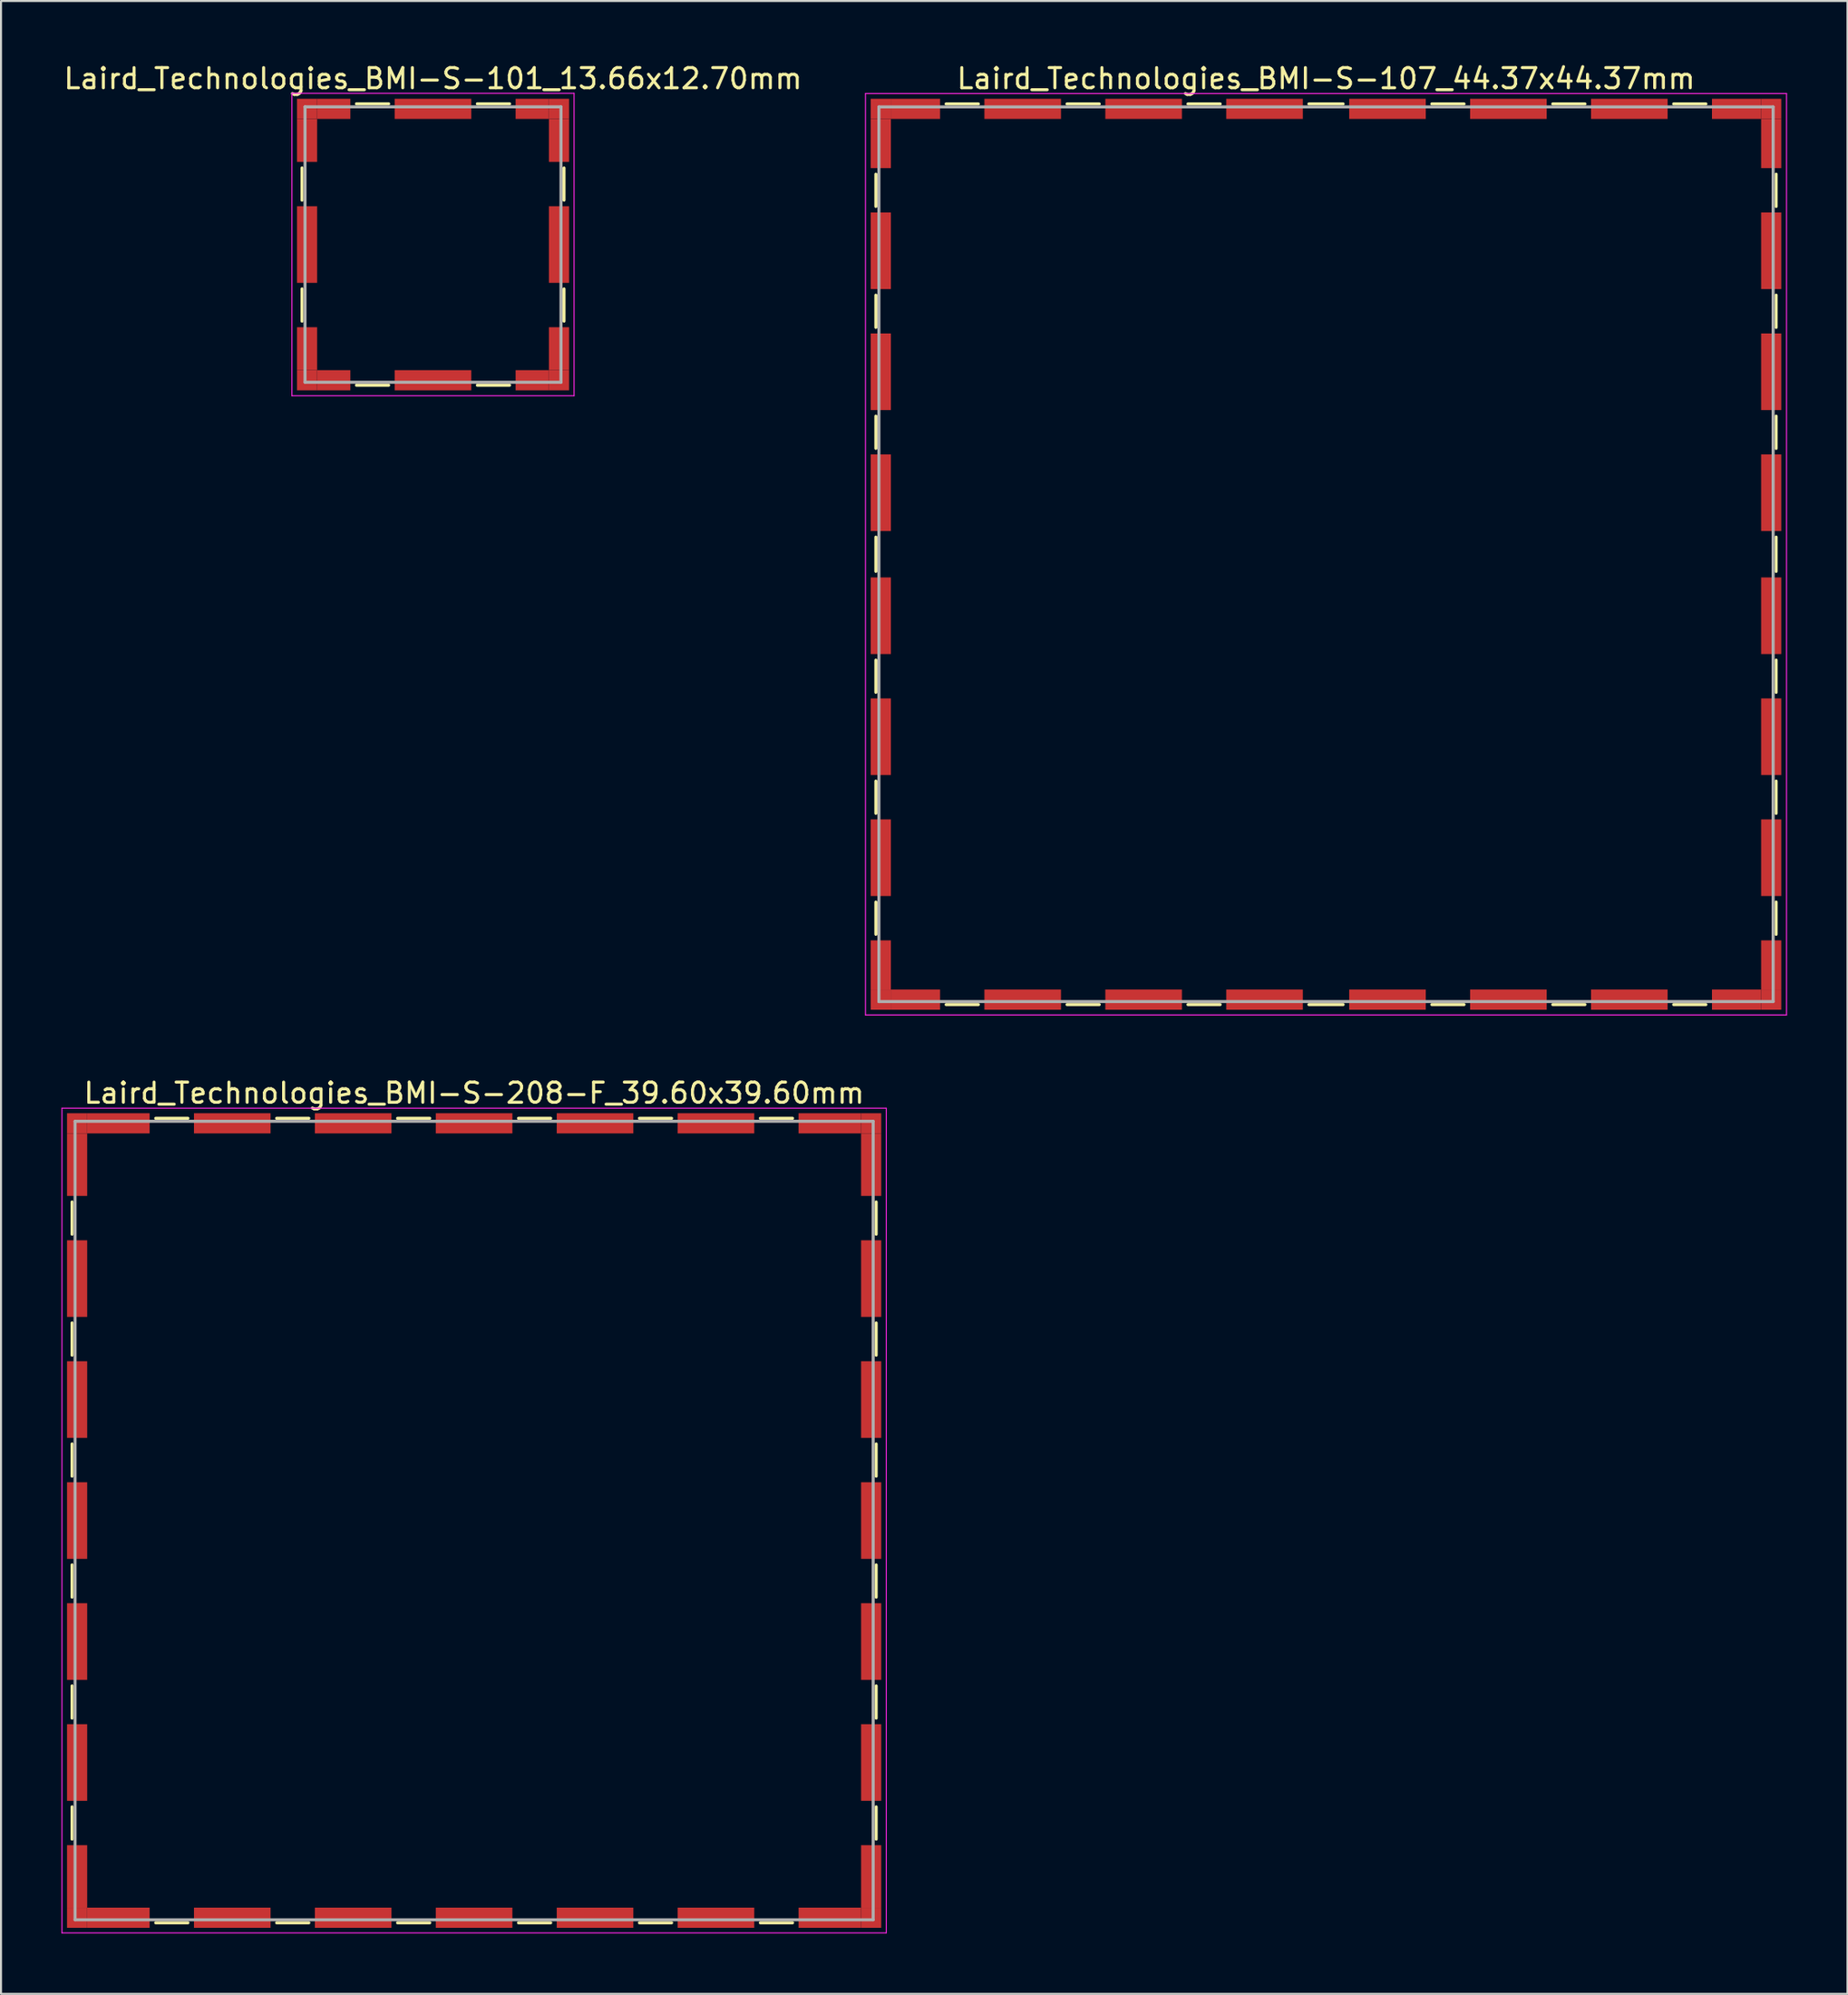
<source format=kicad_pcb>
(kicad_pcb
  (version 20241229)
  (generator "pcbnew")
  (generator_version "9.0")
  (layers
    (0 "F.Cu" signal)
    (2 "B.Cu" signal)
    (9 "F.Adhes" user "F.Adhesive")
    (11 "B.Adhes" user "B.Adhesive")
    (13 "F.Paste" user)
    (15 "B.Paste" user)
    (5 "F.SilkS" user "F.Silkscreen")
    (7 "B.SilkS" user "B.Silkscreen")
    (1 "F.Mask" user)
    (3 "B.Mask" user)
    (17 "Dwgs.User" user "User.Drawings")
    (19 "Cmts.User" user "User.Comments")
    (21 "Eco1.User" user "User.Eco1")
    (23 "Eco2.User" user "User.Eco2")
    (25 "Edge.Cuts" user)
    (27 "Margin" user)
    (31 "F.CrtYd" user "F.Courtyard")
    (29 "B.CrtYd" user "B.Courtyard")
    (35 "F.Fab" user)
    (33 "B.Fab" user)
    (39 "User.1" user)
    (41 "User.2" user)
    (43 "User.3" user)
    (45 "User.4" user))
  (footprint "Laird_Technologies_BMI-S-208-F_39.60x39.60mm"
    (layer "F.Cu")
    (at 20.475 72.362)
    (property "Reference" "Laird_Technologies_BMI-S-208-F_39.60x39.60mm" (at 0 -21.2 0) (layer "F.SilkS") (effects (font (size 1 1) (thickness 0.15))))
    (attr smd)
    (fp_line (start -19.95 -15.8) (end -19.95 -14.2) (stroke (width 0.15) (type solid)) (layer "F.SilkS"))
    (fp_line (start -19.95 -9.8) (end -19.95 -8.2) (stroke (width 0.15) (type solid)) (layer "F.SilkS"))
    (fp_line (start -19.95 -3.8) (end -19.95 -2.2) (stroke (width 0.15) (type solid)) (layer "F.SilkS"))
    (fp_line (start -19.95 2.2) (end -19.95 3.8) (stroke (width 0.15) (type solid)) (layer "F.SilkS"))
    (fp_line (start -19.95 8.2) (end -19.95 9.8) (stroke (width 0.15) (type solid)) (layer "F.SilkS"))
    (fp_line (start -19.95 14.2) (end -19.95 15.8) (stroke (width 0.15) (type solid)) (layer "F.SilkS"))
    (fp_line (start -15.8 -19.95) (end -14.2 -19.95) (stroke (width 0.15) (type solid)) (layer "F.SilkS"))
    (fp_line (start -15.8 19.95) (end -14.2 19.95) (stroke (width 0.15) (type solid)) (layer "F.SilkS"))
    (fp_line (start -9.8 -19.95) (end -8.2 -19.95) (stroke (width 0.15) (type solid)) (layer "F.SilkS"))
    (fp_line (start -9.8 19.95) (end -8.2 19.95) (stroke (width 0.15) (type solid)) (layer "F.SilkS"))
    (fp_line (start -3.8 -19.95) (end -2.2 -19.95) (stroke (width 0.15) (type solid)) (layer "F.SilkS"))
    (fp_line (start -3.8 19.95) (end -2.2 19.95) (stroke (width 0.15) (type solid)) (layer "F.SilkS"))
    (fp_line (start 2.2 -19.95) (end 3.8 -19.95) (stroke (width 0.15) (type solid)) (layer "F.SilkS"))
    (fp_line (start 2.2 19.95) (end 3.8 19.95) (stroke (width 0.15) (type solid)) (layer "F.SilkS"))
    (fp_line (start 8.2 -19.95) (end 9.8 -19.95) (stroke (width 0.15) (type solid)) (layer "F.SilkS"))
    (fp_line (start 8.2 19.95) (end 9.8 19.95) (stroke (width 0.15) (type solid)) (layer "F.SilkS"))
    (fp_line (start 14.2 -19.95) (end 15.8 -19.95) (stroke (width 0.15) (type solid)) (layer "F.SilkS"))
    (fp_line (start 14.2 19.95) (end 15.8 19.95) (stroke (width 0.15) (type solid)) (layer "F.SilkS"))
    (fp_line (start 19.95 -15.8) (end 19.95 -14.2) (stroke (width 0.15) (type solid)) (layer "F.SilkS"))
    (fp_line (start 19.95 -9.8) (end 19.95 -8.2) (stroke (width 0.15) (type solid)) (layer "F.SilkS"))
    (fp_line (start 19.95 -3.8) (end 19.95 -2.2) (stroke (width 0.15) (type solid)) (layer "F.SilkS"))
    (fp_line (start 19.95 2.2) (end 19.95 3.8) (stroke (width 0.15) (type solid)) (layer "F.SilkS"))
    (fp_line (start 19.95 8.2) (end 19.95 9.8) (stroke (width 0.15) (type solid)) (layer "F.SilkS"))
    (fp_line (start 19.95 14.2) (end 19.95 15.8) (stroke (width 0.15) (type solid)) (layer "F.SilkS"))
    (fp_line (start -20.45 -20.45) (end -20.45 20.45) (stroke (width 0.05) (type solid)) (layer "F.CrtYd"))
    (fp_line (start -20.45 20.45) (end 20.45 20.45) (stroke (width 0.05) (type solid)) (layer "F.CrtYd"))
    (fp_line (start 20.45 -20.45) (end -20.45 -20.45) (stroke (width 0.05) (type solid)) (layer "F.CrtYd"))
    (fp_line (start 20.45 20.45) (end 20.45 -20.45) (stroke (width 0.05) (type solid)) (layer "F.CrtYd"))
    (fp_line (start -19.8 -19.8) (end -19.8 19.8) (stroke (width 0.15) (type solid)) (layer "F.Fab"))
    (fp_line (start -19.8 19.8) (end 19.8 19.8) (stroke (width 0.15) (type solid)) (layer "F.Fab"))
    (fp_line (start 19.8 -19.8) (end -19.8 -19.8) (stroke (width 0.15) (type solid)) (layer "F.Fab"))
    (fp_line (start 19.8 19.8) (end 19.8 -19.8) (stroke (width 0.15) (type solid)) (layer "F.Fab"))
    (pad "1" smd rect (at -19.7 -19.7) (size 1 1) (layers "F.Cu" "F.Mask"))
    (pad "1" smd rect (at -19.7 -17.65) (size 1 3.1) (layers "F.Cu" "F.Mask"))
    (pad "1" smd rect (at -19.7 -12) (size 1 3.8) (layers "F.Cu" "F.Mask"))
    (pad "1" smd rect (at -19.7 -6) (size 1 3.8) (layers "F.Cu" "F.Mask"))
    (pad "1" smd rect (at -19.7 0) (size 1 3.8) (layers "F.Cu" "F.Mask"))
    (pad "1" smd rect (at -19.7 6) (size 1 3.8) (layers "F.Cu" "F.Mask"))
    (pad "1" smd rect (at -19.7 12) (size 1 3.8) (layers "F.Cu" "F.Mask"))
    (pad "1" smd rect (at -19.7 17.65) (size 1 3.1) (layers "F.Cu" "F.Mask"))
    (pad "1" smd rect (at -19.7 19.7) (size 1 1) (layers "F.Cu" "F.Mask"))
    (pad "1" smd rect (at -17.65 -19.7) (size 3.1 1) (layers "F.Cu" "F.Mask"))
    (pad "1" smd rect (at -17.65 19.7) (size 3.1 1) (layers "F.Cu" "F.Mask"))
    (pad "1" smd rect (at -12 -19.7) (size 3.8 1) (layers "F.Cu" "F.Mask"))
    (pad "1" smd rect (at -12 19.7) (size 3.8 1) (layers "F.Cu" "F.Mask"))
    (pad "1" smd rect (at -6 -19.7) (size 3.8 1) (layers "F.Cu" "F.Mask"))
    (pad "1" smd rect (at -6 19.7) (size 3.8 1) (layers "F.Cu" "F.Mask"))
    (pad "1" smd rect (at 0 -19.7) (size 3.8 1) (layers "F.Cu" "F.Mask"))
    (pad "1" smd rect (at 0 19.7) (size 3.8 1) (layers "F.Cu" "F.Mask"))
    (pad "1" smd rect (at 6 -19.7) (size 3.8 1) (layers "F.Cu" "F.Mask"))
    (pad "1" smd rect (at 6 19.7) (size 3.8 1) (layers "F.Cu" "F.Mask"))
    (pad "1" smd rect (at 12 -19.7) (size 3.8 1) (layers "F.Cu" "F.Mask"))
    (pad "1" smd rect (at 12 19.7) (size 3.8 1) (layers "F.Cu" "F.Mask"))
    (pad "1" smd rect (at 17.65 -19.7) (size 3.1 1) (layers "F.Cu" "F.Mask"))
    (pad "1" smd rect (at 17.65 19.7) (size 3.1 1) (layers "F.Cu" "F.Mask"))
    (pad "1" smd rect (at 19.7 -19.7) (size 1 1) (layers "F.Cu" "F.Mask"))
    (pad "1" smd rect (at 19.7 -17.65) (size 1 3.1) (layers "F.Cu" "F.Mask"))
    (pad "1" smd rect (at 19.7 -12) (size 1 3.8) (layers "F.Cu" "F.Mask"))
    (pad "1" smd rect (at 19.7 -6) (size 1 3.8) (layers "F.Cu" "F.Mask"))
    (pad "1" smd rect (at 19.7 0) (size 1 3.8) (layers "F.Cu" "F.Mask"))
    (pad "1" smd rect (at 19.7 6) (size 1 3.8) (layers "F.Cu" "F.Mask"))
    (pad "1" smd rect (at 19.7 12) (size 1 3.8) (layers "F.Cu" "F.Mask"))
    (pad "1" smd rect (at 19.7 17.65) (size 1 3.1) (layers "F.Cu" "F.Mask"))
    (pad "1" smd rect (at 19.7 19.7) (size 1 1) (layers "F.Cu" "F.Mask")))
  (footprint "Laird_Technologies_BMI-S-107_44.37x44.37mm"
    (layer "F.Cu")
    (at 62.744 24.438)
    (property "Reference" "Laird_Technologies_BMI-S-107_44.37x44.37mm" (at 0 -23.59 0) (layer "F.SilkS") (effects (font (size 1 1) (thickness 0.15))))
    (attr smd)
    (fp_line (start -22.335 -18.85) (end -22.335 -17.25) (stroke (width 0.15) (type solid)) (layer "F.SilkS"))
    (fp_line (start -22.335 -12.85) (end -22.335 -11.25) (stroke (width 0.15) (type solid)) (layer "F.SilkS"))
    (fp_line (start -22.335 -6.85) (end -22.335 -5.25) (stroke (width 0.15) (type solid)) (layer "F.SilkS"))
    (fp_line (start -22.335 -0.85) (end -22.335 0.85) (stroke (width 0.15) (type solid)) (layer "F.SilkS"))
    (fp_line (start -22.335 5.25) (end -22.335 6.85) (stroke (width 0.15) (type solid)) (layer "F.SilkS"))
    (fp_line (start -22.335 11.25) (end -22.335 12.85) (stroke (width 0.15) (type solid)) (layer "F.SilkS"))
    (fp_line (start -22.335 17.25) (end -22.335 18.85) (stroke (width 0.15) (type solid)) (layer "F.SilkS"))
    (fp_line (start -18.85 -22.335) (end -17.25 -22.335) (stroke (width 0.15) (type solid)) (layer "F.SilkS"))
    (fp_line (start -18.85 22.335) (end -17.25 22.335) (stroke (width 0.15) (type solid)) (layer "F.SilkS"))
    (fp_line (start -12.85 -22.335) (end -11.25 -22.335) (stroke (width 0.15) (type solid)) (layer "F.SilkS"))
    (fp_line (start -12.85 22.335) (end -11.25 22.335) (stroke (width 0.15) (type solid)) (layer "F.SilkS"))
    (fp_line (start -6.85 -22.335) (end -5.25 -22.335) (stroke (width 0.15) (type solid)) (layer "F.SilkS"))
    (fp_line (start -6.85 22.335) (end -5.25 22.335) (stroke (width 0.15) (type solid)) (layer "F.SilkS"))
    (fp_line (start -0.85 -22.335) (end 0.85 -22.335) (stroke (width 0.15) (type solid)) (layer "F.SilkS"))
    (fp_line (start -0.85 22.335) (end 0.85 22.335) (stroke (width 0.15) (type solid)) (layer "F.SilkS"))
    (fp_line (start 5.25 -22.335) (end 6.85 -22.335) (stroke (width 0.15) (type solid)) (layer "F.SilkS"))
    (fp_line (start 5.25 22.335) (end 6.85 22.335) (stroke (width 0.15) (type solid)) (layer "F.SilkS"))
    (fp_line (start 11.25 -22.335) (end 12.85 -22.335) (stroke (width 0.15) (type solid)) (layer "F.SilkS"))
    (fp_line (start 11.25 22.335) (end 12.85 22.335) (stroke (width 0.15) (type solid)) (layer "F.SilkS"))
    (fp_line (start 17.25 -22.335) (end 18.85 -22.335) (stroke (width 0.15) (type solid)) (layer "F.SilkS"))
    (fp_line (start 17.25 22.335) (end 18.85 22.335) (stroke (width 0.15) (type solid)) (layer "F.SilkS"))
    (fp_line (start 22.335 -18.85) (end 22.335 -17.25) (stroke (width 0.15) (type solid)) (layer "F.SilkS"))
    (fp_line (start 22.335 -12.85) (end 22.335 -11.25) (stroke (width 0.15) (type solid)) (layer "F.SilkS"))
    (fp_line (start 22.335 -6.85) (end 22.335 -5.25) (stroke (width 0.15) (type solid)) (layer "F.SilkS"))
    (fp_line (start 22.335 -0.85) (end 22.335 0.85) (stroke (width 0.15) (type solid)) (layer "F.SilkS"))
    (fp_line (start 22.335 5.25) (end 22.335 6.85) (stroke (width 0.15) (type solid)) (layer "F.SilkS"))
    (fp_line (start 22.335 11.25) (end 22.335 12.85) (stroke (width 0.15) (type solid)) (layer "F.SilkS"))
    (fp_line (start 22.335 17.25) (end 22.335 18.85) (stroke (width 0.15) (type solid)) (layer "F.SilkS"))
    (fp_line (start -22.85 -22.85) (end -22.85 22.85) (stroke (width 0.05) (type solid)) (layer "F.CrtYd"))
    (fp_line (start -22.85 22.85) (end 22.85 22.85) (stroke (width 0.05) (type solid)) (layer "F.CrtYd"))
    (fp_line (start 22.85 -22.85) (end -22.85 -22.85) (stroke (width 0.05) (type solid)) (layer "F.CrtYd"))
    (fp_line (start 22.85 22.85) (end 22.85 -22.85) (stroke (width 0.05) (type solid)) (layer "F.CrtYd"))
    (fp_line (start -22.185 -22.185) (end -22.185 22.185) (stroke (width 0.15) (type solid)) (layer "F.Fab"))
    (fp_line (start -22.185 22.185) (end 22.185 22.185) (stroke (width 0.15) (type solid)) (layer "F.Fab"))
    (fp_line (start 22.185 -22.185) (end -22.185 -22.185) (stroke (width 0.15) (type solid)) (layer "F.Fab"))
    (fp_line (start 22.185 22.185) (end 22.185 -22.185) (stroke (width 0.15) (type solid)) (layer "F.Fab"))
    (pad "1" smd rect (at -22.09 -22.09) (size 1 1) (layers "F.Cu" "F.Mask"))
    (pad "1" smd rect (at -22.09 -20.37) (size 1 2.44) (layers "F.Cu" "F.Mask"))
    (pad "1" smd rect (at -22.09 -15.05) (size 1 3.8) (layers "F.Cu" "F.Mask"))
    (pad "1" smd rect (at -22.09 -9.05) (size 1 3.8) (layers "F.Cu" "F.Mask"))
    (pad "1" smd rect (at -22.09 -3.05) (size 1 3.8) (layers "F.Cu" "F.Mask"))
    (pad "1" smd rect (at -22.09 3.05) (size 1 3.8) (layers "F.Cu" "F.Mask"))
    (pad "1" smd rect (at -22.09 9.05) (size 1 3.8) (layers "F.Cu" "F.Mask"))
    (pad "1" smd rect (at -22.09 15.05) (size 1 3.8) (layers "F.Cu" "F.Mask"))
    (pad "1" smd rect (at -22.09 20.37) (size 1 2.44) (layers "F.Cu" "F.Mask"))
    (pad "1" smd rect (at -22.09 22.09) (size 1 1) (layers "F.Cu" "F.Mask"))
    (pad "1" smd rect (at -20.37 -22.09) (size 2.44 1) (layers "F.Cu" "F.Mask"))
    (pad "1" smd rect (at -20.37 22.09) (size 2.44 1) (layers "F.Cu" "F.Mask"))
    (pad "1" smd rect (at -15.05 -22.09) (size 3.8 1) (layers "F.Cu" "F.Mask"))
    (pad "1" smd rect (at -15.05 22.09) (size 3.8 1) (layers "F.Cu" "F.Mask"))
    (pad "1" smd rect (at -9.05 -22.09) (size 3.8 1) (layers "F.Cu" "F.Mask"))
    (pad "1" smd rect (at -9.05 22.09) (size 3.8 1) (layers "F.Cu" "F.Mask"))
    (pad "1" smd rect (at -3.05 -22.09) (size 3.8 1) (layers "F.Cu" "F.Mask"))
    (pad "1" smd rect (at -3.05 22.09) (size 3.8 1) (layers "F.Cu" "F.Mask"))
    (pad "1" smd rect (at 3.05 -22.09) (size 3.8 1) (layers "F.Cu" "F.Mask"))
    (pad "1" smd rect (at 3.05 22.09) (size 3.8 1) (layers "F.Cu" "F.Mask"))
    (pad "1" smd rect (at 9.05 -22.09) (size 3.8 1) (layers "F.Cu" "F.Mask"))
    (pad "1" smd rect (at 9.05 22.09) (size 3.8 1) (layers "F.Cu" "F.Mask"))
    (pad "1" smd rect (at 15.05 -22.09) (size 3.8 1) (layers "F.Cu" "F.Mask"))
    (pad "1" smd rect (at 15.05 22.09) (size 3.8 1) (layers "F.Cu" "F.Mask"))
    (pad "1" smd rect (at 20.37 -22.09) (size 2.44 1) (layers "F.Cu" "F.Mask"))
    (pad "1" smd rect (at 20.37 22.09) (size 2.44 1) (layers "F.Cu" "F.Mask"))
    (pad "1" smd rect (at 22.09 -22.09) (size 1 1) (layers "F.Cu" "F.Mask"))
    (pad "1" smd rect (at 22.09 -20.37) (size 1 2.44) (layers "F.Cu" "F.Mask"))
    (pad "1" smd rect (at 22.09 -15.05) (size 1 3.8) (layers "F.Cu" "F.Mask"))
    (pad "1" smd rect (at 22.09 -9.05) (size 1 3.8) (layers "F.Cu" "F.Mask"))
    (pad "1" smd rect (at 22.09 -3.05) (size 1 3.8) (layers "F.Cu" "F.Mask"))
    (pad "1" smd rect (at 22.09 3.05) (size 1 3.8) (layers "F.Cu" "F.Mask"))
    (pad "1" smd rect (at 22.09 9.05) (size 1 3.8) (layers "F.Cu" "F.Mask"))
    (pad "1" smd rect (at 22.09 15.05) (size 1 3.8) (layers "F.Cu" "F.Mask"))
    (pad "1" smd rect (at 22.09 20.37) (size 1 2.44) (layers "F.Cu" "F.Mask"))
    (pad "1" smd rect (at 22.09 22.09) (size 1 1) (layers "F.Cu" "F.Mask")))
  (footprint "Laird_Technologies_BMI-S-101_13.66x12.70mm"
    (layer "F.Cu")
    (at 18.435 9.078)
    (property "Reference" "Laird_Technologies_BMI-S-101_13.66x12.70mm" (at 0 -8.23 0) (layer "F.SilkS") (effects (font (size 1 1) (thickness 0.15))))
    (attr smd)
    (fp_line (start -6.5 -3.8) (end -6.5 -2.2) (stroke (width 0.15) (type solid)) (layer "F.SilkS"))
    (fp_line (start -6.5 2.2) (end -6.5 3.8) (stroke (width 0.15) (type solid)) (layer "F.SilkS"))
    (fp_line (start -3.8 -6.98) (end -2.2 -6.98) (stroke (width 0.15) (type solid)) (layer "F.SilkS"))
    (fp_line (start -3.8 6.98) (end -2.2 6.98) (stroke (width 0.15) (type solid)) (layer "F.SilkS"))
    (fp_line (start 2.2 -6.98) (end 3.8 -6.98) (stroke (width 0.15) (type solid)) (layer "F.SilkS"))
    (fp_line (start 2.2 6.98) (end 3.8 6.98) (stroke (width 0.15) (type solid)) (layer "F.SilkS"))
    (fp_line (start 6.5 -3.8) (end 6.5 -2.2) (stroke (width 0.15) (type solid)) (layer "F.SilkS"))
    (fp_line (start 6.5 2.2) (end 6.5 3.8) (stroke (width 0.15) (type solid)) (layer "F.SilkS"))
    (fp_line (start -7 -7.5) (end -7 7.5) (stroke (width 0.05) (type solid)) (layer "F.CrtYd"))
    (fp_line (start -7 7.5) (end 7 7.5) (stroke (width 0.05) (type solid)) (layer "F.CrtYd"))
    (fp_line (start 7 -7.5) (end -7 -7.5) (stroke (width 0.05) (type solid)) (layer "F.CrtYd"))
    (fp_line (start 7 7.5) (end 7 -7.5) (stroke (width 0.05) (type solid)) (layer "F.CrtYd"))
    (fp_line (start -6.35 -6.83) (end -6.35 6.83) (stroke (width 0.15) (type solid)) (layer "F.Fab"))
    (fp_line (start -6.35 6.83) (end 6.35 6.83) (stroke (width 0.15) (type solid)) (layer "F.Fab"))
    (fp_line (start 6.35 -6.83) (end -6.35 -6.83) (stroke (width 0.15) (type solid)) (layer "F.Fab"))
    (fp_line (start 6.35 6.83) (end 6.35 -6.83) (stroke (width 0.15) (type solid)) (layer "F.Fab"))
    (pad "1" smd rect (at -6.25 -6.73) (size 1 1) (layers "F.Cu" "F.Mask"))
    (pad "1" smd rect (at -6.25 -5.165) (size 1 2.13) (layers "F.Cu" "F.Mask"))
    (pad "1" smd rect (at -6.25 0) (size 1 3.8) (layers "F.Cu" "F.Mask"))
    (pad "1" smd rect (at -6.25 5.165) (size 1 2.13) (layers "F.Cu" "F.Mask"))
    (pad "1" smd rect (at -6.25 6.73) (size 1 1) (layers "F.Cu" "F.Mask"))
    (pad "1" smd rect (at -4.925 -6.73) (size 1.65 1) (layers "F.Cu" "F.Mask"))
    (pad "1" smd rect (at -4.925 6.73) (size 1.65 1) (layers "F.Cu" "F.Mask"))
    (pad "1" smd rect (at 0 -6.73) (size 3.8 1) (layers "F.Cu" "F.Mask"))
    (pad "1" smd rect (at 0 6.73) (size 3.8 1) (layers "F.Cu" "F.Mask"))
    (pad "1" smd rect (at 4.925 -6.73) (size 1.65 1) (layers "F.Cu" "F.Mask"))
    (pad "1" smd rect (at 4.925 6.73) (size 1.65 1) (layers "F.Cu" "F.Mask"))
    (pad "1" smd rect (at 6.25 -6.73) (size 1 1) (layers "F.Cu" "F.Mask"))
    (pad "1" smd rect (at 6.25 -5.165) (size 1 2.13) (layers "F.Cu" "F.Mask"))
    (pad "1" smd rect (at 6.25 0) (size 1 3.8) (layers "F.Cu" "F.Mask"))
    (pad "1" smd rect (at 6.25 5.165) (size 1 2.13) (layers "F.Cu" "F.Mask"))
    (pad "1" smd rect (at 6.25 6.73) (size 1 1) (layers "F.Cu" "F.Mask")))
  (gr_rect
    (start -3 -3)
    (end 88.619 95.837)
    (stroke (width 0.1) (type default))
    (fill no)
    (layer "Edge.Cuts")))
</source>
